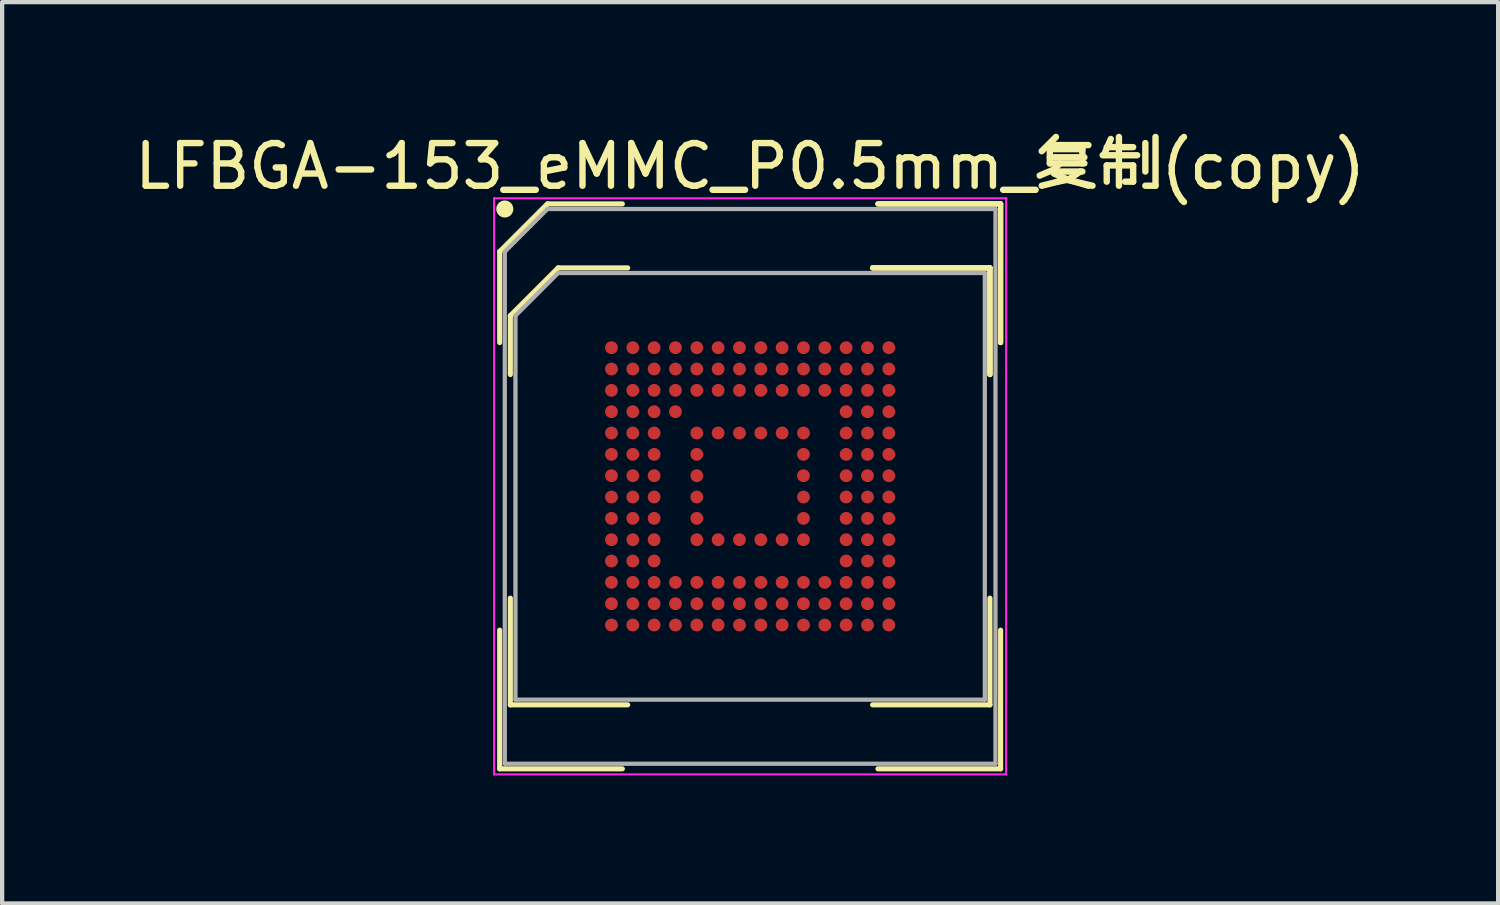
<source format=kicad_pcb>
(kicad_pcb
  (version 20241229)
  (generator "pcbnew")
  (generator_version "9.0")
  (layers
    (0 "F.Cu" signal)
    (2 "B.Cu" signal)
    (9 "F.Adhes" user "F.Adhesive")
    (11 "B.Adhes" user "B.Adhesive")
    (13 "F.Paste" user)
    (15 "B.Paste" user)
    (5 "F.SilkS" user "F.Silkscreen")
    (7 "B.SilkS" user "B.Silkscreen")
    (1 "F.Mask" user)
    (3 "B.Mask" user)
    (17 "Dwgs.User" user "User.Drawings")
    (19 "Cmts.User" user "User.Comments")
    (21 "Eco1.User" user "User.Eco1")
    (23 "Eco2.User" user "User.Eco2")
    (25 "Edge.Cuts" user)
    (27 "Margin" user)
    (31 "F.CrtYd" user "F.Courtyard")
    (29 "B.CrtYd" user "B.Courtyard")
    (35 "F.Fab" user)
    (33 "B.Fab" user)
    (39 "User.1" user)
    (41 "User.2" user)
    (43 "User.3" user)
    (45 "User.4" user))
  (footprint "LFBGA-153_eMMC_P0.5mm_复制(copy)"
    (layer "F.Cu")
    (at 14.53 8.348)
    (property "Reference" "LFBGA-153_eMMC_P0.5mm_复制(copy)" (at 0 -7.5 0) (layer "F.SilkS") (effects (font (size 1 1) (thickness 0.15))))
    (attr smd)
    (fp_line (start -5.87 -5.5) (end -5.87 -3.37) (stroke (width 0.12) (type solid)) (layer "F.SilkS"))
    (fp_line (start -5.87 6.62) (end -5.87 3.37) (stroke (width 0.12) (type solid)) (layer "F.SilkS"))
    (fp_line (start -5.62 -4) (end -5.62 -2.62) (stroke (width 0.12) (type solid)) (layer "F.SilkS"))
    (fp_line (start -5.62 5.12) (end -5.62 2.62) (stroke (width 0.12) (type solid)) (layer "F.SilkS"))
    (fp_line (start -4.75 -6.62) (end -5.87 -5.5) (stroke (width 0.12) (type solid)) (layer "F.SilkS"))
    (fp_line (start -4.5 -5.12) (end -5.62 -4) (stroke (width 0.12) (type solid)) (layer "F.SilkS"))
    (fp_line (start -2.995 -6.62) (end -4.75 -6.62) (stroke (width 0.12) (type solid)) (layer "F.SilkS"))
    (fp_line (start -2.995 6.62) (end -5.87 6.62) (stroke (width 0.12) (type solid)) (layer "F.SilkS"))
    (fp_line (start -2.87 -5.12) (end -4.5 -5.12) (stroke (width 0.12) (type solid)) (layer "F.SilkS"))
    (fp_line (start -2.87 5.12) (end -5.62 5.12) (stroke (width 0.12) (type solid)) (layer "F.SilkS"))
    (fp_line (start 2.87 -5.12) (end 5.62 -5.12) (stroke (width 0.12) (type solid)) (layer "F.SilkS"))
    (fp_line (start 2.87 -5.12) (end 5.62 -5.12) (stroke (width 0.12) (type solid)) (layer "F.SilkS"))
    (fp_line (start 2.87 -5.12) (end 5.62 -5.12) (stroke (width 0.12) (type solid)) (layer "F.SilkS"))
    (fp_line (start 2.87 5.12) (end 5.62 5.12) (stroke (width 0.12) (type solid)) (layer "F.SilkS"))
    (fp_line (start 2.995 -6.62) (end 5.87 -6.62) (stroke (width 0.12) (type solid)) (layer "F.SilkS"))
    (fp_line (start 2.995 -6.62) (end 5.87 -6.62) (stroke (width 0.12) (type solid)) (layer "F.SilkS"))
    (fp_line (start 2.995 -6.62) (end 5.87 -6.62) (stroke (width 0.12) (type solid)) (layer "F.SilkS"))
    (fp_line (start 2.995 6.62) (end 5.87 6.62) (stroke (width 0.12) (type solid)) (layer "F.SilkS"))
    (fp_line (start 5.62 -5.12) (end 5.62 -2.62) (stroke (width 0.12) (type solid)) (layer "F.SilkS"))
    (fp_line (start 5.62 -5.12) (end 5.62 -2.62) (stroke (width 0.12) (type solid)) (layer "F.SilkS"))
    (fp_line (start 5.62 -5.12) (end 5.62 -2.62) (stroke (width 0.12) (type solid)) (layer "F.SilkS"))
    (fp_line (start 5.62 5.12) (end 5.62 2.62) (stroke (width 0.12) (type solid)) (layer "F.SilkS"))
    (fp_line (start 5.87 -6.62) (end 5.87 -3.37) (stroke (width 0.12) (type solid)) (layer "F.SilkS"))
    (fp_line (start 5.87 -6.62) (end 5.87 -3.37) (stroke (width 0.12) (type solid)) (layer "F.SilkS"))
    (fp_line (start 5.87 -6.62) (end 5.87 -3.37) (stroke (width 0.12) (type solid)) (layer "F.SilkS"))
    (fp_line (start 5.87 6.62) (end 5.87 3.37) (stroke (width 0.12) (type solid)) (layer "F.SilkS"))
    (fp_circle (center -5.75 -6.5) (end -5.75 -6.4) (stroke (width 0.2) (type solid)) (fill no) (layer "F.SilkS"))
    (fp_line (start -6 -6.75) (end 6 -6.75) (stroke (width 0.05) (type solid)) (layer "F.CrtYd"))
    (fp_line (start -6 6.75) (end -6 -6.75) (stroke (width 0.05) (type solid)) (layer "F.CrtYd"))
    (fp_line (start 6 -6.75) (end 6 6.75) (stroke (width 0.05) (type solid)) (layer "F.CrtYd"))
    (fp_line (start 6 6.75) (end -6 6.75) (stroke (width 0.05) (type solid)) (layer "F.CrtYd"))
    (fp_line (start -5.75 -5.5) (end -5.75 6.5) (stroke (width 0.1) (type solid)) (layer "F.Fab"))
    (fp_line (start -5.75 6.5) (end 5.75 6.5) (stroke (width 0.1) (type solid)) (layer "F.Fab"))
    (fp_line (start -5.5 -4) (end -5.5 5) (stroke (width 0.1) (type solid)) (layer "F.Fab"))
    (fp_line (start -5.5 5) (end 5.5 5) (stroke (width 0.1) (type solid)) (layer "F.Fab"))
    (fp_line (start -4.75 -6.5) (end -5.75 -5.5) (stroke (width 0.1) (type solid)) (layer "F.Fab"))
    (fp_line (start -4.5 -5) (end -5.5 -4) (stroke (width 0.1) (type solid)) (layer "F.Fab"))
    (fp_line (start 5.5 -5) (end -4.5 -5) (stroke (width 0.1) (type solid)) (layer "F.Fab"))
    (fp_line (start 5.5 5) (end 5.5 -5) (stroke (width 0.1) (type solid)) (layer "F.Fab"))
    (fp_line (start 5.75 -6.5) (end -4.75 -6.5) (stroke (width 0.1) (type solid)) (layer "F.Fab"))
    (fp_line (start 5.75 6.5) (end 5.75 -6.5) (stroke (width 0.1) (type solid)) (layer "F.Fab"))
    (pad "A1" smd circle (at -3.25 -3.25) (size 0.3 0.3) (layers "F.Cu" "F.Mask" "F.Paste"))
    (pad "A2" smd circle (at -2.75 -3.25) (size 0.3 0.3) (layers "F.Cu" "F.Mask" "F.Paste"))
    (pad "A3" smd circle (at -2.25 -3.25) (size 0.3 0.3) (layers "F.Cu" "F.Mask" "F.Paste"))
    (pad "A4" smd circle (at -1.75 -3.25) (size 0.3 0.3) (layers "F.Cu" "F.Mask" "F.Paste"))
    (pad "A5" smd circle (at -1.25 -3.25) (size 0.3 0.3) (layers "F.Cu" "F.Mask" "F.Paste"))
    (pad "A6" smd circle (at -0.75 -3.25) (size 0.3 0.3) (layers "F.Cu" "F.Mask" "F.Paste"))
    (pad "A7" smd circle (at -0.25 -3.25) (size 0.3 0.3) (layers "F.Cu" "F.Mask" "F.Paste"))
    (pad "A8" smd circle (at 0.25 -3.25) (size 0.3 0.3) (layers "F.Cu" "F.Mask" "F.Paste"))
    (pad "A9" smd circle (at 0.75 -3.25) (size 0.3 0.3) (layers "F.Cu" "F.Mask" "F.Paste"))
    (pad "A10" smd circle (at 1.25 -3.25) (size 0.3 0.3) (layers "F.Cu" "F.Mask" "F.Paste"))
    (pad "A11" smd circle (at 1.75 -3.25) (size 0.3 0.3) (layers "F.Cu" "F.Mask" "F.Paste"))
    (pad "A12" smd circle (at 2.25 -3.25) (size 0.3 0.3) (layers "F.Cu" "F.Mask" "F.Paste"))
    (pad "A13" smd circle (at 2.75 -3.25) (size 0.3 0.3) (layers "F.Cu" "F.Mask" "F.Paste"))
    (pad "A14" smd circle (at 3.25 -3.25) (size 0.3 0.3) (layers "F.Cu" "F.Mask" "F.Paste"))
    (pad "B1" smd circle (at -3.25 -2.75) (size 0.3 0.3) (layers "F.Cu" "F.Mask" "F.Paste"))
    (pad "B2" smd circle (at -2.75 -2.75) (size 0.3 0.3) (layers "F.Cu" "F.Mask" "F.Paste"))
    (pad "B3" smd circle (at -2.25 -2.75) (size 0.3 0.3) (layers "F.Cu" "F.Mask" "F.Paste"))
    (pad "B4" smd circle (at -1.75 -2.75) (size 0.3 0.3) (layers "F.Cu" "F.Mask" "F.Paste"))
    (pad "B5" smd circle (at -1.25 -2.75) (size 0.3 0.3) (layers "F.Cu" "F.Mask" "F.Paste"))
    (pad "B6" smd circle (at -0.75 -2.75) (size 0.3 0.3) (layers "F.Cu" "F.Mask" "F.Paste"))
    (pad "B7" smd circle (at -0.25 -2.75) (size 0.3 0.3) (layers "F.Cu" "F.Mask" "F.Paste"))
    (pad "B8" smd circle (at 0.25 -2.75) (size 0.3 0.3) (layers "F.Cu" "F.Mask" "F.Paste"))
    (pad "B9" smd circle (at 0.75 -2.75) (size 0.3 0.3) (layers "F.Cu" "F.Mask" "F.Paste"))
    (pad "B10" smd circle (at 1.25 -2.75) (size 0.3 0.3) (layers "F.Cu" "F.Mask" "F.Paste"))
    (pad "B11" smd circle (at 1.75 -2.75) (size 0.3 0.3) (layers "F.Cu" "F.Mask" "F.Paste"))
    (pad "B12" smd circle (at 2.25 -2.75) (size 0.3 0.3) (layers "F.Cu" "F.Mask" "F.Paste"))
    (pad "B13" smd circle (at 2.75 -2.75) (size 0.3 0.3) (layers "F.Cu" "F.Mask" "F.Paste"))
    (pad "B14" smd circle (at 3.25 -2.75) (size 0.3 0.3) (layers "F.Cu" "F.Mask" "F.Paste"))
    (pad "C1" smd circle (at -3.25 -2.25) (size 0.3 0.3) (layers "F.Cu" "F.Mask" "F.Paste"))
    (pad "C2" smd circle (at -2.75 -2.25) (size 0.3 0.3) (layers "F.Cu" "F.Mask" "F.Paste"))
    (pad "C3" smd circle (at -2.25 -2.25) (size 0.3 0.3) (layers "F.Cu" "F.Mask" "F.Paste"))
    (pad "C4" smd circle (at -1.75 -2.25) (size 0.3 0.3) (layers "F.Cu" "F.Mask" "F.Paste"))
    (pad "C5" smd circle (at -1.25 -2.25) (size 0.3 0.3) (layers "F.Cu" "F.Mask" "F.Paste"))
    (pad "C6" smd circle (at -0.75 -2.25) (size 0.3 0.3) (layers "F.Cu" "F.Mask" "F.Paste"))
    (pad "C7" smd circle (at -0.25 -2.25) (size 0.3 0.3) (layers "F.Cu" "F.Mask" "F.Paste"))
    (pad "C8" smd circle (at 0.25 -2.25) (size 0.3 0.3) (layers "F.Cu" "F.Mask" "F.Paste"))
    (pad "C9" smd circle (at 0.75 -2.25) (size 0.3 0.3) (layers "F.Cu" "F.Mask" "F.Paste"))
    (pad "C10" smd circle (at 1.25 -2.25) (size 0.3 0.3) (layers "F.Cu" "F.Mask" "F.Paste"))
    (pad "C11" smd circle (at 1.75 -2.25) (size 0.3 0.3) (layers "F.Cu" "F.Mask" "F.Paste"))
    (pad "C12" smd circle (at 2.25 -2.25) (size 0.3 0.3) (layers "F.Cu" "F.Mask" "F.Paste"))
    (pad "C13" smd circle (at 2.75 -2.25) (size 0.3 0.3) (layers "F.Cu" "F.Mask" "F.Paste"))
    (pad "C14" smd circle (at 3.25 -2.25) (size 0.3 0.3) (layers "F.Cu" "F.Mask" "F.Paste"))
    (pad "D1" smd circle (at -3.25 -1.75) (size 0.3 0.3) (layers "F.Cu" "F.Mask" "F.Paste"))
    (pad "D2" smd circle (at -2.75 -1.75) (size 0.3 0.3) (layers "F.Cu" "F.Mask" "F.Paste"))
    (pad "D3" smd circle (at -2.25 -1.75) (size 0.3 0.3) (layers "F.Cu" "F.Mask" "F.Paste"))
    (pad "D4" smd circle (at -1.75 -1.75) (size 0.3 0.3) (layers "F.Cu" "F.Mask" "F.Paste"))
    (pad "D12" smd circle (at 2.25 -1.75) (size 0.3 0.3) (layers "F.Cu" "F.Mask" "F.Paste"))
    (pad "D13" smd circle (at 2.75 -1.75) (size 0.3 0.3) (layers "F.Cu" "F.Mask" "F.Paste"))
    (pad "D14" smd circle (at 3.25 -1.75) (size 0.3 0.3) (layers "F.Cu" "F.Mask" "F.Paste"))
    (pad "E1" smd circle (at -3.25 -1.25) (size 0.3 0.3) (layers "F.Cu" "F.Mask" "F.Paste"))
    (pad "E2" smd circle (at -2.75 -1.25) (size 0.3 0.3) (layers "F.Cu" "F.Mask" "F.Paste"))
    (pad "E3" smd circle (at -2.25 -1.25) (size 0.3 0.3) (layers "F.Cu" "F.Mask" "F.Paste"))
    (pad "E5" smd circle (at -1.25 -1.25) (size 0.3 0.3) (layers "F.Cu" "F.Mask" "F.Paste"))
    (pad "E6" smd circle (at -0.75 -1.25) (size 0.3 0.3) (layers "F.Cu" "F.Mask" "F.Paste"))
    (pad "E7" smd circle (at -0.25 -1.25) (size 0.3 0.3) (layers "F.Cu" "F.Mask" "F.Paste"))
    (pad "E8" smd circle (at 0.25 -1.25) (size 0.3 0.3) (layers "F.Cu" "F.Mask" "F.Paste"))
    (pad "E9" smd circle (at 0.75 -1.25) (size 0.3 0.3) (layers "F.Cu" "F.Mask" "F.Paste"))
    (pad "E10" smd circle (at 1.25 -1.25) (size 0.3 0.3) (layers "F.Cu" "F.Mask" "F.Paste"))
    (pad "E12" smd circle (at 2.25 -1.25) (size 0.3 0.3) (layers "F.Cu" "F.Mask" "F.Paste"))
    (pad "E13" smd circle (at 2.75 -1.25) (size 0.3 0.3) (layers "F.Cu" "F.Mask" "F.Paste"))
    (pad "E14" smd circle (at 3.25 -1.25) (size 0.3 0.3) (layers "F.Cu" "F.Mask" "F.Paste"))
    (pad "F1" smd circle (at -3.25 -0.75) (size 0.3 0.3) (layers "F.Cu" "F.Mask" "F.Paste"))
    (pad "F2" smd circle (at -2.75 -0.75) (size 0.3 0.3) (layers "F.Cu" "F.Mask" "F.Paste"))
    (pad "F3" smd circle (at -2.25 -0.75) (size 0.3 0.3) (layers "F.Cu" "F.Mask" "F.Paste"))
    (pad "F5" smd circle (at -1.25 -0.75) (size 0.3 0.3) (layers "F.Cu" "F.Mask" "F.Paste"))
    (pad "F10" smd circle (at 1.25 -0.75) (size 0.3 0.3) (layers "F.Cu" "F.Mask" "F.Paste"))
    (pad "F12" smd circle (at 2.25 -0.75) (size 0.3 0.3) (layers "F.Cu" "F.Mask" "F.Paste"))
    (pad "F13" smd circle (at 2.75 -0.75) (size 0.3 0.3) (layers "F.Cu" "F.Mask" "F.Paste"))
    (pad "F14" smd circle (at 3.25 -0.75) (size 0.3 0.3) (layers "F.Cu" "F.Mask" "F.Paste"))
    (pad "G1" smd circle (at -3.25 -0.25) (size 0.3 0.3) (layers "F.Cu" "F.Mask" "F.Paste"))
    (pad "G2" smd circle (at -2.75 -0.25) (size 0.3 0.3) (layers "F.Cu" "F.Mask" "F.Paste"))
    (pad "G3" smd circle (at -2.25 -0.25) (size 0.3 0.3) (layers "F.Cu" "F.Mask" "F.Paste"))
    (pad "G5" smd circle (at -1.25 -0.25) (size 0.3 0.3) (layers "F.Cu" "F.Mask" "F.Paste"))
    (pad "G10" smd circle (at 1.25 -0.25) (size 0.3 0.3) (layers "F.Cu" "F.Mask" "F.Paste"))
    (pad "G12" smd circle (at 2.25 -0.25) (size 0.3 0.3) (layers "F.Cu" "F.Mask" "F.Paste"))
    (pad "G13" smd circle (at 2.75 -0.25) (size 0.3 0.3) (layers "F.Cu" "F.Mask" "F.Paste"))
    (pad "G14" smd circle (at 3.25 -0.25) (size 0.3 0.3) (layers "F.Cu" "F.Mask" "F.Paste"))
    (pad "H1" smd circle (at -3.25 0.25) (size 0.3 0.3) (layers "F.Cu" "F.Mask" "F.Paste"))
    (pad "H2" smd circle (at -2.75 0.25) (size 0.3 0.3) (layers "F.Cu" "F.Mask" "F.Paste"))
    (pad "H3" smd circle (at -2.25 0.25) (size 0.3 0.3) (layers "F.Cu" "F.Mask" "F.Paste"))
    (pad "H5" smd circle (at -1.25 0.25) (size 0.3 0.3) (layers "F.Cu" "F.Mask" "F.Paste"))
    (pad "H10" smd circle (at 1.25 0.25) (size 0.3 0.3) (layers "F.Cu" "F.Mask" "F.Paste"))
    (pad "H12" smd circle (at 2.25 0.25) (size 0.3 0.3) (layers "F.Cu" "F.Mask" "F.Paste"))
    (pad "H13" smd circle (at 2.75 0.25) (size 0.3 0.3) (layers "F.Cu" "F.Mask" "F.Paste"))
    (pad "H14" smd circle (at 3.25 0.25) (size 0.3 0.3) (layers "F.Cu" "F.Mask" "F.Paste"))
    (pad "J1" smd circle (at -3.25 0.75) (size 0.3 0.3) (layers "F.Cu" "F.Mask" "F.Paste"))
    (pad "J2" smd circle (at -2.75 0.75) (size 0.3 0.3) (layers "F.Cu" "F.Mask" "F.Paste"))
    (pad "J3" smd circle (at -2.25 0.75) (size 0.3 0.3) (layers "F.Cu" "F.Mask" "F.Paste"))
    (pad "J5" smd circle (at -1.25 0.75) (size 0.3 0.3) (layers "F.Cu" "F.Mask" "F.Paste"))
    (pad "J10" smd circle (at 1.25 0.75) (size 0.3 0.3) (layers "F.Cu" "F.Mask" "F.Paste"))
    (pad "J12" smd circle (at 2.25 0.75) (size 0.3 0.3) (layers "F.Cu" "F.Mask" "F.Paste"))
    (pad "J13" smd circle (at 2.75 0.75) (size 0.3 0.3) (layers "F.Cu" "F.Mask" "F.Paste"))
    (pad "J14" smd circle (at 3.25 0.75) (size 0.3 0.3) (layers "F.Cu" "F.Mask" "F.Paste"))
    (pad "K1" smd circle (at -3.25 1.25) (size 0.3 0.3) (layers "F.Cu" "F.Mask" "F.Paste"))
    (pad "K2" smd circle (at -2.75 1.25) (size 0.3 0.3) (layers "F.Cu" "F.Mask" "F.Paste"))
    (pad "K3" smd circle (at -2.25 1.25) (size 0.3 0.3) (layers "F.Cu" "F.Mask" "F.Paste"))
    (pad "K5" smd circle (at -1.25 1.25) (size 0.3 0.3) (layers "F.Cu" "F.Mask" "F.Paste"))
    (pad "K6" smd circle (at -0.75 1.25) (size 0.3 0.3) (layers "F.Cu" "F.Mask" "F.Paste"))
    (pad "K7" smd circle (at -0.25 1.25) (size 0.3 0.3) (layers "F.Cu" "F.Mask" "F.Paste"))
    (pad "K8" smd circle (at 0.25 1.25) (size 0.3 0.3) (layers "F.Cu" "F.Mask" "F.Paste"))
    (pad "K9" smd circle (at 0.75 1.25) (size 0.3 0.3) (layers "F.Cu" "F.Mask" "F.Paste"))
    (pad "K10" smd circle (at 1.25 1.25) (size 0.3 0.3) (layers "F.Cu" "F.Mask" "F.Paste"))
    (pad "K12" smd circle (at 2.25 1.25) (size 0.3 0.3) (layers "F.Cu" "F.Mask" "F.Paste"))
    (pad "K13" smd circle (at 2.75 1.25) (size 0.3 0.3) (layers "F.Cu" "F.Mask" "F.Paste"))
    (pad "K14" smd circle (at 3.25 1.25) (size 0.3 0.3) (layers "F.Cu" "F.Mask" "F.Paste"))
    (pad "L1" smd circle (at -3.25 1.75) (size 0.3 0.3) (layers "F.Cu" "F.Mask" "F.Paste"))
    (pad "L2" smd circle (at -2.75 1.75) (size 0.3 0.3) (layers "F.Cu" "F.Mask" "F.Paste"))
    (pad "L3" smd circle (at -2.25 1.75) (size 0.3 0.3) (layers "F.Cu" "F.Mask" "F.Paste"))
    (pad "L12" smd circle (at 2.25 1.75) (size 0.3 0.3) (layers "F.Cu" "F.Mask" "F.Paste"))
    (pad "L13" smd circle (at 2.75 1.75) (size 0.3 0.3) (layers "F.Cu" "F.Mask" "F.Paste"))
    (pad "L14" smd circle (at 3.25 1.75) (size 0.3 0.3) (layers "F.Cu" "F.Mask" "F.Paste"))
    (pad "M1" smd circle (at -3.25 2.25) (size 0.3 0.3) (layers "F.Cu" "F.Mask" "F.Paste"))
    (pad "M2" smd circle (at -2.75 2.25) (size 0.3 0.3) (layers "F.Cu" "F.Mask" "F.Paste"))
    (pad "M3" smd circle (at -2.25 2.25) (size 0.3 0.3) (layers "F.Cu" "F.Mask" "F.Paste"))
    (pad "M4" smd circle (at -1.75 2.25) (size 0.3 0.3) (layers "F.Cu" "F.Mask" "F.Paste"))
    (pad "M5" smd circle (at -1.25 2.25) (size 0.3 0.3) (layers "F.Cu" "F.Mask" "F.Paste"))
    (pad "M6" smd circle (at -0.75 2.25) (size 0.3 0.3) (layers "F.Cu" "F.Mask" "F.Paste"))
    (pad "M7" smd circle (at -0.25 2.25) (size 0.3 0.3) (layers "F.Cu" "F.Mask" "F.Paste"))
    (pad "M8" smd circle (at 0.25 2.25) (size 0.3 0.3) (layers "F.Cu" "F.Mask" "F.Paste"))
    (pad "M9" smd circle (at 0.75 2.25) (size 0.3 0.3) (layers "F.Cu" "F.Mask" "F.Paste"))
    (pad "M10" smd circle (at 1.25 2.25) (size 0.3 0.3) (layers "F.Cu" "F.Mask" "F.Paste"))
    (pad "M11" smd circle (at 1.75 2.25) (size 0.3 0.3) (layers "F.Cu" "F.Mask" "F.Paste"))
    (pad "M12" smd circle (at 2.25 2.25) (size 0.3 0.3) (layers "F.Cu" "F.Mask" "F.Paste"))
    (pad "M13" smd circle (at 2.75 2.25) (size 0.3 0.3) (layers "F.Cu" "F.Mask" "F.Paste"))
    (pad "M14" smd circle (at 3.25 2.25) (size 0.3 0.3) (layers "F.Cu" "F.Mask" "F.Paste"))
    (pad "N1" smd circle (at -3.25 2.75) (size 0.3 0.3) (layers "F.Cu" "F.Mask" "F.Paste"))
    (pad "N2" smd circle (at -2.75 2.75) (size 0.3 0.3) (layers "F.Cu" "F.Mask" "F.Paste"))
    (pad "N3" smd circle (at -2.25 2.75) (size 0.3 0.3) (layers "F.Cu" "F.Mask" "F.Paste"))
    (pad "N4" smd circle (at -1.75 2.75) (size 0.3 0.3) (layers "F.Cu" "F.Mask" "F.Paste"))
    (pad "N5" smd circle (at -1.25 2.75) (size 0.3 0.3) (layers "F.Cu" "F.Mask" "F.Paste"))
    (pad "N6" smd circle (at -0.75 2.75) (size 0.3 0.3) (layers "F.Cu" "F.Mask" "F.Paste"))
    (pad "N7" smd circle (at -0.25 2.75) (size 0.3 0.3) (layers "F.Cu" "F.Mask" "F.Paste"))
    (pad "N8" smd circle (at 0.25 2.75) (size 0.3 0.3) (layers "F.Cu" "F.Mask" "F.Paste"))
    (pad "N9" smd circle (at 0.75 2.75) (size 0.3 0.3) (layers "F.Cu" "F.Mask" "F.Paste"))
    (pad "N10" smd circle (at 1.25 2.75) (size 0.3 0.3) (layers "F.Cu" "F.Mask" "F.Paste"))
    (pad "N11" smd circle (at 1.75 2.75) (size 0.3 0.3) (layers "F.Cu" "F.Mask" "F.Paste"))
    (pad "N12" smd circle (at 2.25 2.75) (size 0.3 0.3) (layers "F.Cu" "F.Mask" "F.Paste"))
    (pad "N13" smd circle (at 2.75 2.75) (size 0.3 0.3) (layers "F.Cu" "F.Mask" "F.Paste"))
    (pad "N14" smd circle (at 3.25 2.75) (size 0.3 0.3) (layers "F.Cu" "F.Mask" "F.Paste"))
    (pad "P1" smd circle (at -3.25 3.25) (size 0.3 0.3) (layers "F.Cu" "F.Mask" "F.Paste"))
    (pad "P2" smd circle (at -2.75 3.25) (size 0.3 0.3) (layers "F.Cu" "F.Mask" "F.Paste"))
    (pad "P3" smd circle (at -2.25 3.25) (size 0.3 0.3) (layers "F.Cu" "F.Mask" "F.Paste"))
    (pad "P4" smd circle (at -1.75 3.25) (size 0.3 0.3) (layers "F.Cu" "F.Mask" "F.Paste"))
    (pad "P5" smd circle (at -1.25 3.25) (size 0.3 0.3) (layers "F.Cu" "F.Mask" "F.Paste"))
    (pad "P6" smd circle (at -0.75 3.25) (size 0.3 0.3) (layers "F.Cu" "F.Mask" "F.Paste"))
    (pad "P7" smd circle (at -0.25 3.25) (size 0.3 0.3) (layers "F.Cu" "F.Mask" "F.Paste"))
    (pad "P8" smd circle (at 0.25 3.25) (size 0.3 0.3) (layers "F.Cu" "F.Mask" "F.Paste"))
    (pad "P9" smd circle (at 0.75 3.25) (size 0.3 0.3) (layers "F.Cu" "F.Mask" "F.Paste"))
    (pad "P10" smd circle (at 1.25 3.25) (size 0.3 0.3) (layers "F.Cu" "F.Mask" "F.Paste"))
    (pad "P11" smd circle (at 1.75 3.25) (size 0.3 0.3) (layers "F.Cu" "F.Mask" "F.Paste"))
    (pad "P12" smd circle (at 2.25 3.25) (size 0.3 0.3) (layers "F.Cu" "F.Mask" "F.Paste"))
    (pad "P13" smd circle (at 2.75 3.25) (size 0.3 0.3) (layers "F.Cu" "F.Mask" "F.Paste"))
    (pad "P14" smd circle (at 3.25 3.25) (size 0.3 0.3) (layers "F.Cu" "F.Mask" "F.Paste")))
  (gr_rect
    (start -3 -3)
    (end 32.06 18.123)
    (stroke (width 0.1) (type default))
    (fill no)
    (layer "Edge.Cuts")))
</source>
